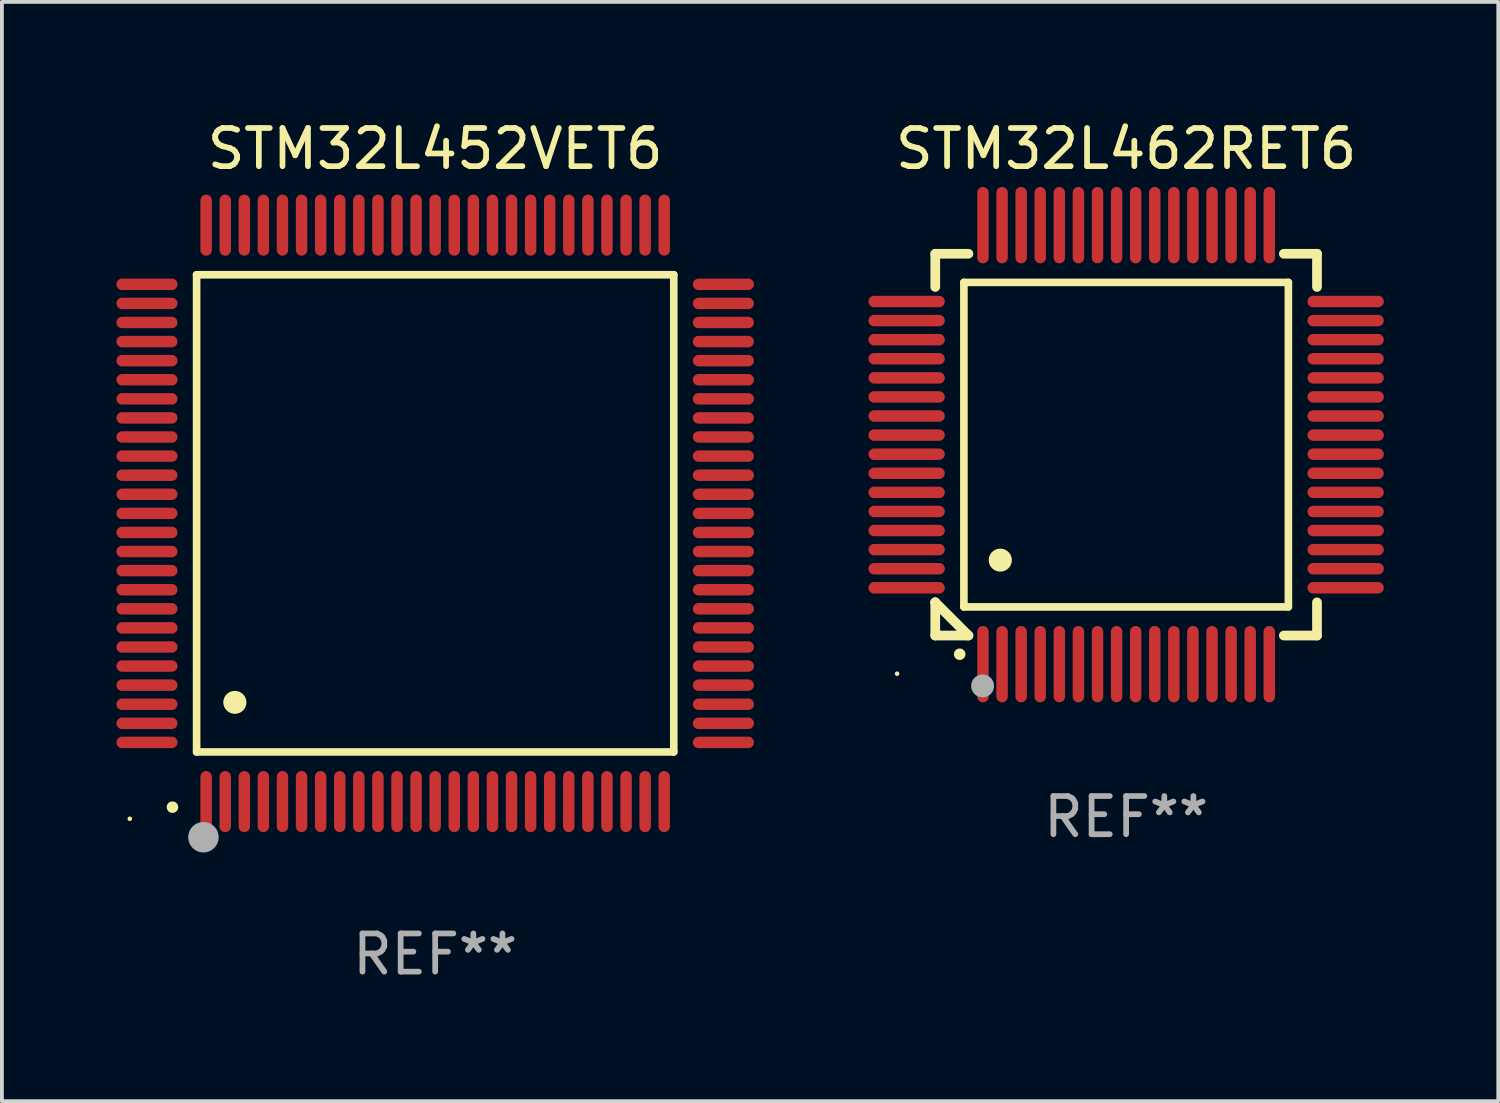
<source format=kicad_pcb>
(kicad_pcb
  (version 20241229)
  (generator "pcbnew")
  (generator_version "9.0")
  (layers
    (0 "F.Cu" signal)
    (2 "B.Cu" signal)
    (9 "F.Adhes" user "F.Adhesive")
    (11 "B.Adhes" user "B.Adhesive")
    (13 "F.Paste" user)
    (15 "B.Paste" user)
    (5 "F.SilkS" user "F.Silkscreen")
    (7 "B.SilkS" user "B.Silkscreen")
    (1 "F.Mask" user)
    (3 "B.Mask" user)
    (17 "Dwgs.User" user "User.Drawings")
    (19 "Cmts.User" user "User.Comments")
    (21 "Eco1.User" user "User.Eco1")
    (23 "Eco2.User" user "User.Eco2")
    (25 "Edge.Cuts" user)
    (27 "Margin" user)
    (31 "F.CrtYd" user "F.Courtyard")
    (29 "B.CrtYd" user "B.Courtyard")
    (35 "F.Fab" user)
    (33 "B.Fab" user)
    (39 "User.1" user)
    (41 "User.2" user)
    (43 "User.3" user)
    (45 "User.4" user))
  (footprint "STM32L462RET6"
    (layer "F.Cu")
    (at 26.45 8.598)
    (property "Reference" "STM32L462RET6" (at 0 -7.75 0) (layer "F.SilkS") (effects (font (size 1 1) (thickness 0.15))))
    (attr through_hole)
    (fp_line (start -5 -5) (end -4.131 -5) (stroke (width 0.254) (type solid)) (layer "F.SilkS"))
    (fp_line (start -5 -4.131) (end -5 -5) (stroke (width 0.254) (type solid)) (layer "F.SilkS"))
    (fp_line (start -5 4.131) (end -5 4.131) (stroke (width 0.254) (type solid)) (layer "F.SilkS"))
    (fp_line (start -5 5) (end -5 4.131) (stroke (width 0.254) (type solid)) (layer "F.SilkS"))
    (fp_line (start -5 4.131) (end -4.131 5) (stroke (width 0.254) (type solid)) (layer "F.SilkS"))
    (fp_line (start -4.25 -4.25) (end -4.25 4.25) (stroke (width 0.2) (type solid)) (layer "F.SilkS"))
    (fp_line (start -4.25 4.25) (end 4.25 4.25) (stroke (width 0.2) (type solid)) (layer "F.SilkS"))
    (fp_line (start -4.131 5) (end -5 5) (stroke (width 0.254) (type solid)) (layer "F.SilkS"))
    (fp_line (start 4.25 -4.25) (end -4.25 -4.25) (stroke (width 0.2) (type solid)) (layer "F.SilkS"))
    (fp_line (start 4.25 4.25) (end 4.25 -4.25) (stroke (width 0.2) (type solid)) (layer "F.SilkS"))
    (fp_line (start 5 -5) (end 4.131 -5) (stroke (width 0.254) (type solid)) (layer "F.SilkS"))
    (fp_line (start 5 -5) (end 5 -4.131) (stroke (width 0.254) (type solid)) (layer "F.SilkS"))
    (fp_line (start 5 4.131) (end 5 5) (stroke (width 0.254) (type solid)) (layer "F.SilkS"))
    (fp_line (start 5 5) (end 4.131 5) (stroke (width 0.254) (type solid)) (layer "F.SilkS"))
    (fp_arc (start -4.361265 5.489992) (mid -4.359995 5.489987) (end -4.358725 5.489992) (stroke (width 0.3) (type solid)) (layer "F.SilkS"))
    (fp_arc (start -3.299467 3.025146) (mid -3.296927 3.025135) (end -3.294387 3.025146) (stroke (width 0.6) (type solid)) (layer "F.SilkS"))
    (fp_circle (center -6 6) (end -5.97 6) (stroke (width 0.06) (type solid)) (fill no) (layer "F.SilkS"))
    (fp_circle (center -3.76 6.32) (end -3.61 6.32) (stroke (width 0.3) (type solid)) (fill no) (layer "F.Fab"))
    (fp_text user "REF**" (at 0 9.75 0) (layer "F.Fab") (effects (font (size 1 1) (thickness 0.15))))
    (pad "1" smd oval (at -3.75 5.75) (size 0.3 2) (layers "F.Cu" "F.Mask" "F.Paste"))
    (pad "2" smd oval (at -3.25 5.75) (size 0.3 2) (layers "F.Cu" "F.Mask" "F.Paste"))
    (pad "3" smd oval (at -2.75 5.75) (size 0.3 2) (layers "F.Cu" "F.Mask" "F.Paste"))
    (pad "4" smd oval (at -2.25 5.75) (size 0.3 2) (layers "F.Cu" "F.Mask" "F.Paste"))
    (pad "5" smd oval (at -1.75 5.75) (size 0.3 2) (layers "F.Cu" "F.Mask" "F.Paste"))
    (pad "6" smd oval (at -1.25 5.75) (size 0.3 2) (layers "F.Cu" "F.Mask" "F.Paste"))
    (pad "7" smd oval (at -0.75 5.75) (size 0.3 2) (layers "F.Cu" "F.Mask" "F.Paste"))
    (pad "8" smd oval (at -0.25 5.75) (size 0.3 2) (layers "F.Cu" "F.Mask" "F.Paste"))
    (pad "9" smd oval (at 0.25 5.75) (size 0.3 2) (layers "F.Cu" "F.Mask" "F.Paste"))
    (pad "10" smd oval (at 0.75 5.75) (size 0.3 2) (layers "F.Cu" "F.Mask" "F.Paste"))
    (pad "11" smd oval (at 1.25 5.75) (size 0.3 2) (layers "F.Cu" "F.Mask" "F.Paste"))
    (pad "12" smd oval (at 1.75 5.75) (size 0.3 2) (layers "F.Cu" "F.Mask" "F.Paste"))
    (pad "13" smd oval (at 2.25 5.75) (size 0.3 2) (layers "F.Cu" "F.Mask" "F.Paste"))
    (pad "14" smd oval (at 2.75 5.75) (size 0.3 2) (layers "F.Cu" "F.Mask" "F.Paste"))
    (pad "15" smd oval (at 3.25 5.75) (size 0.3 2) (layers "F.Cu" "F.Mask" "F.Paste"))
    (pad "16" smd oval (at 3.75 5.75) (size 0.3 2) (layers "F.Cu" "F.Mask" "F.Paste"))
    (pad "17" smd oval (at 5.75 3.75) (size 2 0.3) (layers "F.Cu" "F.Mask" "F.Paste"))
    (pad "18" smd oval (at 5.75 3.25) (size 2 0.3) (layers "F.Cu" "F.Mask" "F.Paste"))
    (pad "19" smd oval (at 5.75 2.75) (size 2 0.3) (layers "F.Cu" "F.Mask" "F.Paste"))
    (pad "20" smd oval (at 5.75 2.25) (size 2 0.3) (layers "F.Cu" "F.Mask" "F.Paste"))
    (pad "21" smd oval (at 5.75 1.75) (size 2 0.3) (layers "F.Cu" "F.Mask" "F.Paste"))
    (pad "22" smd oval (at 5.75 1.25) (size 2 0.3) (layers "F.Cu" "F.Mask" "F.Paste"))
    (pad "23" smd oval (at 5.75 0.75) (size 2 0.3) (layers "F.Cu" "F.Mask" "F.Paste"))
    (pad "24" smd oval (at 5.75 0.25) (size 2 0.3) (layers "F.Cu" "F.Mask" "F.Paste"))
    (pad "25" smd oval (at 5.75 -0.25) (size 2 0.3) (layers "F.Cu" "F.Mask" "F.Paste"))
    (pad "26" smd oval (at 5.75 -0.75) (size 2 0.3) (layers "F.Cu" "F.Mask" "F.Paste"))
    (pad "27" smd oval (at 5.75 -1.25) (size 2 0.3) (layers "F.Cu" "F.Mask" "F.Paste"))
    (pad "28" smd oval (at 5.75 -1.75) (size 2 0.3) (layers "F.Cu" "F.Mask" "F.Paste"))
    (pad "29" smd oval (at 5.75 -2.25) (size 2 0.3) (layers "F.Cu" "F.Mask" "F.Paste"))
    (pad "30" smd oval (at 5.75 -2.75) (size 2 0.3) (layers "F.Cu" "F.Mask" "F.Paste"))
    (pad "31" smd oval (at 5.75 -3.25) (size 2 0.3) (layers "F.Cu" "F.Mask" "F.Paste"))
    (pad "32" smd oval (at 5.75 -3.75) (size 2 0.3) (layers "F.Cu" "F.Mask" "F.Paste"))
    (pad "33" smd oval (at 3.75 -5.75) (size 0.3 2) (layers "F.Cu" "F.Mask" "F.Paste"))
    (pad "34" smd oval (at 3.25 -5.75) (size 0.3 2) (layers "F.Cu" "F.Mask" "F.Paste"))
    (pad "35" smd oval (at 2.75 -5.75) (size 0.3 2) (layers "F.Cu" "F.Mask" "F.Paste"))
    (pad "36" smd oval (at 2.25 -5.75) (size 0.3 2) (layers "F.Cu" "F.Mask" "F.Paste"))
    (pad "37" smd oval (at 1.75 -5.75) (size 0.3 2) (layers "F.Cu" "F.Mask" "F.Paste"))
    (pad "38" smd oval (at 1.25 -5.75) (size 0.3 2) (layers "F.Cu" "F.Mask" "F.Paste"))
    (pad "39" smd oval (at 0.75 -5.75) (size 0.3 2) (layers "F.Cu" "F.Mask" "F.Paste"))
    (pad "40" smd oval (at 0.25 -5.75) (size 0.3 2) (layers "F.Cu" "F.Mask" "F.Paste"))
    (pad "41" smd oval (at -0.25 -5.75) (size 0.3 2) (layers "F.Cu" "F.Mask" "F.Paste"))
    (pad "42" smd oval (at -0.75 -5.75) (size 0.3 2) (layers "F.Cu" "F.Mask" "F.Paste"))
    (pad "43" smd oval (at -1.25 -5.75) (size 0.3 2) (layers "F.Cu" "F.Mask" "F.Paste"))
    (pad "44" smd oval (at -1.75 -5.75) (size 0.3 2) (layers "F.Cu" "F.Mask" "F.Paste"))
    (pad "45" smd oval (at -2.25 -5.75) (size 0.3 2) (layers "F.Cu" "F.Mask" "F.Paste"))
    (pad "46" smd oval (at -2.75 -5.75) (size 0.3 2) (layers "F.Cu" "F.Mask" "F.Paste"))
    (pad "47" smd oval (at -3.25 -5.75) (size 0.3 2) (layers "F.Cu" "F.Mask" "F.Paste"))
    (pad "48" smd oval (at -3.75 -5.75) (size 0.3 2) (layers "F.Cu" "F.Mask" "F.Paste"))
    (pad "49" smd oval (at -5.75 -3.75) (size 2 0.3) (layers "F.Cu" "F.Mask" "F.Paste"))
    (pad "50" smd oval (at -5.75 -3.25) (size 2 0.3) (layers "F.Cu" "F.Mask" "F.Paste"))
    (pad "51" smd oval (at -5.75 -2.75) (size 2 0.3) (layers "F.Cu" "F.Mask" "F.Paste"))
    (pad "52" smd oval (at -5.75 -2.25) (size 2 0.3) (layers "F.Cu" "F.Mask" "F.Paste"))
    (pad "53" smd oval (at -5.75 -1.75) (size 2 0.3) (layers "F.Cu" "F.Mask" "F.Paste"))
    (pad "54" smd oval (at -5.75 -1.25) (size 2 0.3) (layers "F.Cu" "F.Mask" "F.Paste"))
    (pad "55" smd oval (at -5.75 -0.75) (size 2 0.3) (layers "F.Cu" "F.Mask" "F.Paste"))
    (pad "56" smd oval (at -5.75 -0.25) (size 2 0.3) (layers "F.Cu" "F.Mask" "F.Paste"))
    (pad "57" smd oval (at -5.75 0.25) (size 2 0.3) (layers "F.Cu" "F.Mask" "F.Paste"))
    (pad "58" smd oval (at -5.75 0.75) (size 2 0.3) (layers "F.Cu" "F.Mask" "F.Paste"))
    (pad "59" smd oval (at -5.75 1.25) (size 2 0.3) (layers "F.Cu" "F.Mask" "F.Paste"))
    (pad "60" smd oval (at -5.75 1.75) (size 2 0.3) (layers "F.Cu" "F.Mask" "F.Paste"))
    (pad "61" smd oval (at -5.75 2.25) (size 2 0.3) (layers "F.Cu" "F.Mask" "F.Paste"))
    (pad "62" smd oval (at -5.75 2.75) (size 2 0.3) (layers "F.Cu" "F.Mask" "F.Paste"))
    (pad "63" smd oval (at -5.75 3.25) (size 2 0.3) (layers "F.Cu" "F.Mask" "F.Paste"))
    (pad "64" smd oval (at -5.75 3.75) (size 2 0.3) (layers "F.Cu" "F.Mask" "F.Paste")))
  (footprint "STM32L452VET6"
    (layer "F.Cu")
    (at 8.35 10.398)
    (property "Reference" "STM32L452VET6" (at 0 -9.55 0) (layer "F.SilkS") (effects (font (size 1 1) (thickness 0.15))))
    (attr through_hole)
    (fp_line (start -6.25 -6.25) (end -6.25 6.25) (stroke (width 0.2) (type solid)) (layer "F.SilkS"))
    (fp_line (start -6.25 6.25) (end 6.25 6.25) (stroke (width 0.2) (type solid)) (layer "F.SilkS"))
    (fp_line (start 6.25 -6.25) (end -6.25 -6.25) (stroke (width 0.2) (type solid)) (layer "F.SilkS"))
    (fp_line (start 6.25 6.25) (end 6.25 -6.25) (stroke (width 0.2) (type solid)) (layer "F.SilkS"))
    (fp_arc (start -6.883414 7.696215) (mid -6.882144 7.69621) (end -6.880874 7.696215) (stroke (width 0.3) (type solid)) (layer "F.SilkS"))
    (fp_arc (start -5.250191 4.95047) (mid -5.247651 4.950459) (end -5.245111 4.95047) (stroke (width 0.6) (type solid)) (layer "F.SilkS"))
    (fp_circle (center -8 8) (end -7.97 8) (stroke (width 0.06) (type solid)) (fill no) (layer "F.SilkS"))
    (fp_circle (center -6.071 8.484) (end -5.871 8.484) (stroke (width 0.4) (type solid)) (fill no) (layer "F.Fab"))
    (fp_text user "REF**" (at 0 11.55 0) (layer "F.Fab") (effects (font (size 1 1) (thickness 0.15))))
    (pad "1" smd oval (at -6 7.55) (size 0.3 1.6) (layers "F.Cu" "F.Mask" "F.Paste"))
    (pad "2" smd oval (at -5.5 7.55) (size 0.3 1.6) (layers "F.Cu" "F.Mask" "F.Paste"))
    (pad "3" smd oval (at -5 7.55) (size 0.3 1.6) (layers "F.Cu" "F.Mask" "F.Paste"))
    (pad "4" smd oval (at -4.5 7.55) (size 0.3 1.6) (layers "F.Cu" "F.Mask" "F.Paste"))
    (pad "5" smd oval (at -4 7.55) (size 0.3 1.6) (layers "F.Cu" "F.Mask" "F.Paste"))
    (pad "6" smd oval (at -3.5 7.55) (size 0.3 1.6) (layers "F.Cu" "F.Mask" "F.Paste"))
    (pad "7" smd oval (at -3 7.55) (size 0.3 1.6) (layers "F.Cu" "F.Mask" "F.Paste"))
    (pad "8" smd oval (at -2.5 7.55) (size 0.3 1.6) (layers "F.Cu" "F.Mask" "F.Paste"))
    (pad "9" smd oval (at -2 7.55) (size 0.3 1.6) (layers "F.Cu" "F.Mask" "F.Paste"))
    (pad "10" smd oval (at -1.5 7.55) (size 0.3 1.6) (layers "F.Cu" "F.Mask" "F.Paste"))
    (pad "11" smd oval (at -1 7.55) (size 0.3 1.6) (layers "F.Cu" "F.Mask" "F.Paste"))
    (pad "12" smd oval (at -0.5 7.55) (size 0.3 1.6) (layers "F.Cu" "F.Mask" "F.Paste"))
    (pad "13" smd oval (at 0 7.55) (size 0.3 1.6) (layers "F.Cu" "F.Mask" "F.Paste"))
    (pad "14" smd oval (at 0.5 7.55) (size 0.3 1.6) (layers "F.Cu" "F.Mask" "F.Paste"))
    (pad "15" smd oval (at 1 7.55) (size 0.3 1.6) (layers "F.Cu" "F.Mask" "F.Paste"))
    (pad "16" smd oval (at 1.5 7.55) (size 0.3 1.6) (layers "F.Cu" "F.Mask" "F.Paste"))
    (pad "17" smd oval (at 2 7.55) (size 0.3 1.6) (layers "F.Cu" "F.Mask" "F.Paste"))
    (pad "18" smd oval (at 2.5 7.55) (size 0.3 1.6) (layers "F.Cu" "F.Mask" "F.Paste"))
    (pad "19" smd oval (at 3 7.55) (size 0.3 1.6) (layers "F.Cu" "F.Mask" "F.Paste"))
    (pad "20" smd oval (at 3.5 7.55) (size 0.3 1.6) (layers "F.Cu" "F.Mask" "F.Paste"))
    (pad "21" smd oval (at 4 7.55) (size 0.3 1.6) (layers "F.Cu" "F.Mask" "F.Paste"))
    (pad "22" smd oval (at 4.5 7.55) (size 0.3 1.6) (layers "F.Cu" "F.Mask" "F.Paste"))
    (pad "23" smd oval (at 5 7.55) (size 0.3 1.6) (layers "F.Cu" "F.Mask" "F.Paste"))
    (pad "24" smd oval (at 5.5 7.55) (size 0.3 1.6) (layers "F.Cu" "F.Mask" "F.Paste"))
    (pad "25" smd oval (at 6 7.55) (size 0.3 1.6) (layers "F.Cu" "F.Mask" "F.Paste"))
    (pad "26" smd oval (at 7.55 6) (size 1.6 0.3) (layers "F.Cu" "F.Mask" "F.Paste"))
    (pad "27" smd oval (at 7.55 5.5) (size 1.6 0.3) (layers "F.Cu" "F.Mask" "F.Paste"))
    (pad "28" smd oval (at 7.55 5) (size 1.6 0.3) (layers "F.Cu" "F.Mask" "F.Paste"))
    (pad "29" smd oval (at 7.55 4.5) (size 1.6 0.3) (layers "F.Cu" "F.Mask" "F.Paste"))
    (pad "30" smd oval (at 7.55 4) (size 1.6 0.3) (layers "F.Cu" "F.Mask" "F.Paste"))
    (pad "31" smd oval (at 7.55 3.5) (size 1.6 0.3) (layers "F.Cu" "F.Mask" "F.Paste"))
    (pad "32" smd oval (at 7.55 3) (size 1.6 0.3) (layers "F.Cu" "F.Mask" "F.Paste"))
    (pad "33" smd oval (at 7.55 2.5) (size 1.6 0.3) (layers "F.Cu" "F.Mask" "F.Paste"))
    (pad "34" smd oval (at 7.55 2) (size 1.6 0.3) (layers "F.Cu" "F.Mask" "F.Paste"))
    (pad "35" smd oval (at 7.55 1.5) (size 1.6 0.3) (layers "F.Cu" "F.Mask" "F.Paste"))
    (pad "36" smd oval (at 7.55 1) (size 1.6 0.3) (layers "F.Cu" "F.Mask" "F.Paste"))
    (pad "37" smd oval (at 7.55 0.5) (size 1.6 0.3) (layers "F.Cu" "F.Mask" "F.Paste"))
    (pad "38" smd oval (at 7.55 0) (size 1.6 0.3) (layers "F.Cu" "F.Mask" "F.Paste"))
    (pad "39" smd oval (at 7.55 -0.5) (size 1.6 0.3) (layers "F.Cu" "F.Mask" "F.Paste"))
    (pad "40" smd oval (at 7.55 -1) (size 1.6 0.3) (layers "F.Cu" "F.Mask" "F.Paste"))
    (pad "41" smd oval (at 7.55 -1.5) (size 1.6 0.3) (layers "F.Cu" "F.Mask" "F.Paste"))
    (pad "42" smd oval (at 7.55 -2) (size 1.6 0.3) (layers "F.Cu" "F.Mask" "F.Paste"))
    (pad "43" smd oval (at 7.55 -2.5) (size 1.6 0.3) (layers "F.Cu" "F.Mask" "F.Paste"))
    (pad "44" smd oval (at 7.55 -3) (size 1.6 0.3) (layers "F.Cu" "F.Mask" "F.Paste"))
    (pad "45" smd oval (at 7.55 -3.5) (size 1.6 0.3) (layers "F.Cu" "F.Mask" "F.Paste"))
    (pad "46" smd oval (at 7.55 -4) (size 1.6 0.3) (layers "F.Cu" "F.Mask" "F.Paste"))
    (pad "47" smd oval (at 7.55 -4.5) (size 1.6 0.3) (layers "F.Cu" "F.Mask" "F.Paste"))
    (pad "48" smd oval (at 7.55 -5) (size 1.6 0.3) (layers "F.Cu" "F.Mask" "F.Paste"))
    (pad "49" smd oval (at 7.55 -5.5) (size 1.6 0.3) (layers "F.Cu" "F.Mask" "F.Paste"))
    (pad "50" smd oval (at 7.55 -6) (size 1.6 0.3) (layers "F.Cu" "F.Mask" "F.Paste"))
    (pad "51" smd oval (at 6 -7.55) (size 0.3 1.6) (layers "F.Cu" "F.Mask" "F.Paste"))
    (pad "52" smd oval (at 5.5 -7.55) (size 0.3 1.6) (layers "F.Cu" "F.Mask" "F.Paste"))
    (pad "53" smd oval (at 5 -7.55) (size 0.3 1.6) (layers "F.Cu" "F.Mask" "F.Paste"))
    (pad "54" smd oval (at 4.5 -7.55) (size 0.3 1.6) (layers "F.Cu" "F.Mask" "F.Paste"))
    (pad "55" smd oval (at 4 -7.55) (size 0.3 1.6) (layers "F.Cu" "F.Mask" "F.Paste"))
    (pad "56" smd oval (at 3.5 -7.55) (size 0.3 1.6) (layers "F.Cu" "F.Mask" "F.Paste"))
    (pad "57" smd oval (at 3 -7.55) (size 0.3 1.6) (layers "F.Cu" "F.Mask" "F.Paste"))
    (pad "58" smd oval (at 2.5 -7.55) (size 0.3 1.6) (layers "F.Cu" "F.Mask" "F.Paste"))
    (pad "59" smd oval (at 2 -7.55) (size 0.3 1.6) (layers "F.Cu" "F.Mask" "F.Paste"))
    (pad "60" smd oval (at 1.5 -7.55) (size 0.3 1.6) (layers "F.Cu" "F.Mask" "F.Paste"))
    (pad "61" smd oval (at 1 -7.55) (size 0.3 1.6) (layers "F.Cu" "F.Mask" "F.Paste"))
    (pad "62" smd oval (at 0.5 -7.55) (size 0.3 1.6) (layers "F.Cu" "F.Mask" "F.Paste"))
    (pad "63" smd oval (at 0 -7.55) (size 0.3 1.6) (layers "F.Cu" "F.Mask" "F.Paste"))
    (pad "64" smd oval (at -0.5 -7.55) (size 0.3 1.6) (layers "F.Cu" "F.Mask" "F.Paste"))
    (pad "65" smd oval (at -1 -7.55) (size 0.3 1.6) (layers "F.Cu" "F.Mask" "F.Paste"))
    (pad "66" smd oval (at -1.5 -7.55) (size 0.3 1.6) (layers "F.Cu" "F.Mask" "F.Paste"))
    (pad "67" smd oval (at -2 -7.55) (size 0.3 1.6) (layers "F.Cu" "F.Mask" "F.Paste"))
    (pad "68" smd oval (at -2.5 -7.55) (size 0.3 1.6) (layers "F.Cu" "F.Mask" "F.Paste"))
    (pad "69" smd oval (at -3 -7.55) (size 0.3 1.6) (layers "F.Cu" "F.Mask" "F.Paste"))
    (pad "70" smd oval (at -3.5 -7.55) (size 0.3 1.6) (layers "F.Cu" "F.Mask" "F.Paste"))
    (pad "71" smd oval (at -4 -7.55) (size 0.3 1.6) (layers "F.Cu" "F.Mask" "F.Paste"))
    (pad "72" smd oval (at -4.5 -7.55) (size 0.3 1.6) (layers "F.Cu" "F.Mask" "F.Paste"))
    (pad "73" smd oval (at -5 -7.55) (size 0.3 1.6) (layers "F.Cu" "F.Mask" "F.Paste"))
    (pad "74" smd oval (at -5.5 -7.55) (size 0.3 1.6) (layers "F.Cu" "F.Mask" "F.Paste"))
    (pad "75" smd oval (at -6 -7.55) (size 0.3 1.6) (layers "F.Cu" "F.Mask" "F.Paste"))
    (pad "76" smd oval (at -7.55 -6) (size 1.6 0.3) (layers "F.Cu" "F.Mask" "F.Paste"))
    (pad "77" smd oval (at -7.55 -5.5) (size 1.6 0.3) (layers "F.Cu" "F.Mask" "F.Paste"))
    (pad "78" smd oval (at -7.55 -5) (size 1.6 0.3) (layers "F.Cu" "F.Mask" "F.Paste"))
    (pad "79" smd oval (at -7.55 -4.5) (size 1.6 0.3) (layers "F.Cu" "F.Mask" "F.Paste"))
    (pad "80" smd oval (at -7.55 -4) (size 1.6 0.3) (layers "F.Cu" "F.Mask" "F.Paste"))
    (pad "81" smd oval (at -7.55 -3.5) (size 1.6 0.3) (layers "F.Cu" "F.Mask" "F.Paste"))
    (pad "82" smd oval (at -7.55 -3) (size 1.6 0.3) (layers "F.Cu" "F.Mask" "F.Paste"))
    (pad "83" smd oval (at -7.55 -2.5) (size 1.6 0.3) (layers "F.Cu" "F.Mask" "F.Paste"))
    (pad "84" smd oval (at -7.55 -2) (size 1.6 0.3) (layers "F.Cu" "F.Mask" "F.Paste"))
    (pad "85" smd oval (at -7.55 -1.5) (size 1.6 0.3) (layers "F.Cu" "F.Mask" "F.Paste"))
    (pad "86" smd oval (at -7.55 -1) (size 1.6 0.3) (layers "F.Cu" "F.Mask" "F.Paste"))
    (pad "87" smd oval (at -7.55 -0.5) (size 1.6 0.3) (layers "F.Cu" "F.Mask" "F.Paste"))
    (pad "88" smd oval (at -7.55 0) (size 1.6 0.3) (layers "F.Cu" "F.Mask" "F.Paste"))
    (pad "89" smd oval (at -7.55 0.5) (size 1.6 0.3) (layers "F.Cu" "F.Mask" "F.Paste"))
    (pad "90" smd oval (at -7.55 1) (size 1.6 0.3) (layers "F.Cu" "F.Mask" "F.Paste"))
    (pad "91" smd oval (at -7.55 1.5) (size 1.6 0.3) (layers "F.Cu" "F.Mask" "F.Paste"))
    (pad "92" smd oval (at -7.55 2) (size 1.6 0.3) (layers "F.Cu" "F.Mask" "F.Paste"))
    (pad "93" smd oval (at -7.55 2.5) (size 1.6 0.3) (layers "F.Cu" "F.Mask" "F.Paste"))
    (pad "94" smd oval (at -7.55 3) (size 1.6 0.3) (layers "F.Cu" "F.Mask" "F.Paste"))
    (pad "95" smd oval (at -7.55 3.5) (size 1.6 0.3) (layers "F.Cu" "F.Mask" "F.Paste"))
    (pad "96" smd oval (at -7.55 4) (size 1.6 0.3) (layers "F.Cu" "F.Mask" "F.Paste"))
    (pad "97" smd oval (at -7.55 4.5) (size 1.6 0.3) (layers "F.Cu" "F.Mask" "F.Paste"))
    (pad "98" smd oval (at -7.55 5) (size 1.6 0.3) (layers "F.Cu" "F.Mask" "F.Paste"))
    (pad "99" smd oval (at -7.55 5.5) (size 1.6 0.3) (layers "F.Cu" "F.Mask" "F.Paste"))
    (pad "100" smd oval (at -7.55 6) (size 1.6 0.3) (layers "F.Cu" "F.Mask" "F.Paste")))
  (gr_rect
    (start -3 -3)
    (end 36.199 25.796)
    (stroke (width 0.1) (type default))
    (fill no)
    (layer "Edge.Cuts")))
</source>
